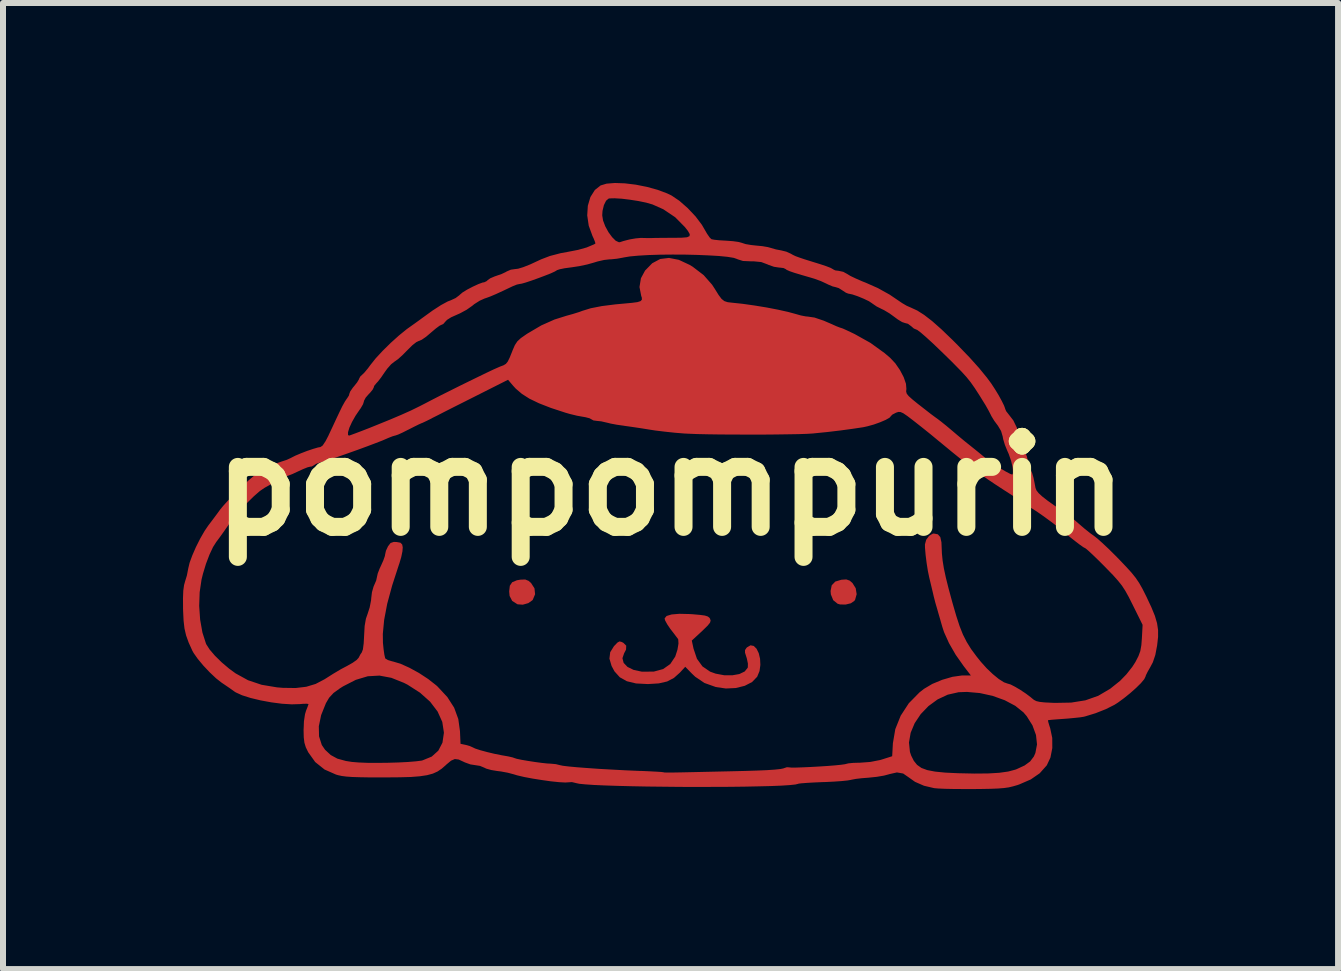
<source format=kicad_pcb>
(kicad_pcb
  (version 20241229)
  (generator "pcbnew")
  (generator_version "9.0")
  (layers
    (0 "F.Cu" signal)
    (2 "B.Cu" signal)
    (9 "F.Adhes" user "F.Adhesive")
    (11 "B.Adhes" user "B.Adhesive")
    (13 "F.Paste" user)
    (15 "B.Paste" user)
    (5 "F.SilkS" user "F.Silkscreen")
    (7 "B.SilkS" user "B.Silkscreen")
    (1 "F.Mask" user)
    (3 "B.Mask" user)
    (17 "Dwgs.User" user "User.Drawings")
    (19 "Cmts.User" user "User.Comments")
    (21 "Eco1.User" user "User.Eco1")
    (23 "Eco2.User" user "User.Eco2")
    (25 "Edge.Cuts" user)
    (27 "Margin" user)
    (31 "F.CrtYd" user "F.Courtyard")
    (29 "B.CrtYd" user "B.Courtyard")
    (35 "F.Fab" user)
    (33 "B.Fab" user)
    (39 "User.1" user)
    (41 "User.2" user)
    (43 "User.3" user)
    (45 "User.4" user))
  (footprint "pompompurin"
    (layer "F.Cu")
    (at 8.129 5.054)
    (property "Reference" "pompompurin" (at 0 0 0) (layer "F.SilkS") (effects (font (size 1.5 1.5) (thickness 0.3))))
    (attr board_only exclude_from_pos_files exclude_from_bom)
    (fp_poly (pts (xy -2.368 1.578) (xy -2.327 1.614) (xy -2.27 1.703) (xy -2.26 1.801) (xy -2.298 1.892) (xy -2.305 1.901) (xy -2.373 1.949) (xy -2.465 1.975) (xy -2.549 1.969) (xy -2.556 1.967) (xy -2.642 1.912) (xy -2.685 1.829) (xy -2.692 1.753) (xy -2.681 1.659) (xy -2.642 1.601) (xy -2.564 1.568) (xy -2.505 1.558) (xy -2.425 1.555)) (stroke (width 0) (type solid)) (fill yes) (layer "F.Cu"))
    (fp_poly (pts (xy 2.984 1.574) (xy 3.03 1.614) (xy 3.084 1.7) (xy 3.1 1.8) (xy 3.074 1.893) (xy 3.061 1.912) (xy 3.002 1.952) (xy 2.915 1.973) (xy 2.823 1.971) (xy 2.782 1.959) (xy 2.709 1.9) (xy 2.67 1.804) (xy 2.665 1.747) (xy 2.684 1.652) (xy 2.743 1.59) (xy 2.846 1.559) (xy 2.848 1.559) (xy 2.928 1.554)) (stroke (width 0) (type solid)) (fill yes) (layer "F.Cu"))
    (fp_poly (pts (xy 0.315 2.131) (xy 0.363 2.134) (xy 0.488 2.145) (xy 0.57 2.156) (xy 0.619 2.172) (xy 0.647 2.194) (xy 0.656 2.209) (xy 0.666 2.24) (xy 0.656 2.274) (xy 0.619 2.321) (xy 0.549 2.39) (xy 0.519 2.419) (xy 0.352 2.573) (xy 0.381 2.708) (xy 0.438 2.877) (xy 0.53 3.004) (xy 0.657 3.091) (xy 0.748 3.124) (xy 0.891 3.151) (xy 1.027 3.152) (xy 1.145 3.131) (xy 1.234 3.088) (xy 1.283 3.027) (xy 1.286 3.018) (xy 1.287 2.956) (xy 1.27 2.874) (xy 1.262 2.848) (xy 1.239 2.775) (xy 1.239 2.732) (xy 1.262 2.697) (xy 1.272 2.686) (xy 1.331 2.652) (xy 1.385 2.663) (xy 1.432 2.71) (xy 1.468 2.784) (xy 1.49 2.877) (xy 1.495 2.979) (xy 1.481 3.081) (xy 1.443 3.173) (xy 1.441 3.177) (xy 1.357 3.264) (xy 1.235 3.327) (xy 1.086 3.364) (xy 0.92 3.372) (xy 0.749 3.347) (xy 0.748 3.346) (xy 0.563 3.28) (xy 0.41 3.177) (xy 0.355 3.125) (xy 0.243 3.01) (xy 0.154 3.107) (xy 0.054 3.196) (xy -0.059 3.255) (xy -0.198 3.287) (xy -0.377 3.298) (xy -0.381 3.298) (xy -0.577 3.288) (xy -0.73 3.251) (xy -0.848 3.185) (xy -0.937 3.086) (xy -0.985 2.997) (xy -1.021 2.874) (xy -1.008 2.767) (xy -0.945 2.666) (xy -0.936 2.657) (xy -0.886 2.605) (xy -0.852 2.587) (xy -0.815 2.597) (xy -0.787 2.612) (xy -0.741 2.658) (xy -0.744 2.724) (xy -0.776 2.785) (xy -0.804 2.867) (xy -0.784 2.945) (xy -0.72 3.012) (xy -0.618 3.062) (xy -0.483 3.091) (xy -0.47 3.092) (xy -0.28 3.09) (xy -0.126 3.048) (xy -0.007 2.964) (xy 0.076 2.84) (xy 0.113 2.725) (xy 0.13 2.622) (xy 0.126 2.556) (xy 0.121 2.544) (xy 0.091 2.505) (xy 0.041 2.439) (xy -0.007 2.377) (xy -0.059 2.3) (xy -0.094 2.235) (xy -0.101 2.203) (xy -0.068 2.163) (xy 0.015 2.138) (xy 0.144 2.127)) (stroke (width 0) (type solid)) (fill yes) (layer "F.Cu"))
    (fp_poly (pts (xy -0.764 -5.048) (xy -0.582 -5.026) (xy -0.396 -4.989) (xy -0.218 -4.94) (xy -0.058 -4.88) (xy 0.013 -4.846) (xy 0.145 -4.757) (xy 0.284 -4.635) (xy 0.415 -4.496) (xy 0.52 -4.357) (xy 0.559 -4.29) (xy 0.607 -4.207) (xy 0.651 -4.144) (xy 0.68 -4.117) (xy 0.726 -4.108) (xy 0.809 -4.099) (xy 0.913 -4.093) (xy 0.929 -4.092) (xy 1.038 -4.084) (xy 1.131 -4.071) (xy 1.19 -4.055) (xy 1.194 -4.053) (xy 1.251 -4.035) (xy 1.341 -4.02) (xy 1.423 -4.011) (xy 1.528 -4.001) (xy 1.621 -3.985) (xy 1.671 -3.971) (xy 1.754 -3.947) (xy 1.843 -3.93) (xy 1.928 -3.909) (xy 2.001 -3.876) (xy 2.001 -3.876) (xy 2.036 -3.856) (xy 2.08 -3.835) (xy 2.142 -3.812) (xy 2.231 -3.782) (xy 2.356 -3.743) (xy 2.495 -3.7) (xy 2.591 -3.668) (xy 2.666 -3.639) (xy 2.705 -3.617) (xy 2.707 -3.615) (xy 2.743 -3.597) (xy 2.799 -3.59) (xy 2.877 -3.573) (xy 2.941 -3.538) (xy 2.995 -3.505) (xy 3.085 -3.462) (xy 3.195 -3.414) (xy 3.251 -3.392) (xy 3.454 -3.302) (xy 3.65 -3.193) (xy 3.858 -3.052) (xy 3.933 -3.008) (xy 4.008 -2.975) (xy 4.11 -2.928) (xy 4.225 -2.855) (xy 4.358 -2.752) (xy 4.513 -2.615) (xy 4.695 -2.44) (xy 4.783 -2.352) (xy 4.98 -2.148) (xy 5.14 -1.97) (xy 5.27 -1.811) (xy 5.344 -1.711) (xy 5.404 -1.619) (xy 5.465 -1.519) (xy 5.518 -1.422) (xy 5.557 -1.343) (xy 5.575 -1.294) (xy 5.575 -1.29) (xy 5.592 -1.25) (xy 5.625 -1.208) (xy 5.711 -1.097) (xy 5.772 -0.971) (xy 5.808 -0.854) (xy 5.841 -0.744) (xy 5.88 -0.636) (xy 5.902 -0.583) (xy 5.936 -0.499) (xy 5.954 -0.424) (xy 5.956 -0.405) (xy 5.971 -0.329) (xy 5.993 -0.285) (xy 6.025 -0.219) (xy 6.047 -0.143) (xy 6.066 -0.05) (xy 6.081 0.029) (xy 6.097 0.07) (xy 6.133 0.116) (xy 6.194 0.172) (xy 6.285 0.243) (xy 6.412 0.333) (xy 6.58 0.446) (xy 6.585 0.449) (xy 6.648 0.496) (xy 6.732 0.564) (xy 6.809 0.631) (xy 6.9 0.709) (xy 6.994 0.784) (xy 7.058 0.83) (xy 7.115 0.875) (xy 7.199 0.95) (xy 7.302 1.047) (xy 7.413 1.157) (xy 7.472 1.217) (xy 7.592 1.343) (xy 7.682 1.442) (xy 7.751 1.528) (xy 7.808 1.612) (xy 7.862 1.707) (xy 7.922 1.826) (xy 7.928 1.838) (xy 8.012 2.017) (xy 8.071 2.161) (xy 8.107 2.284) (xy 8.124 2.397) (xy 8.124 2.514) (xy 8.109 2.647) (xy 8.108 2.655) (xy 8.078 2.813) (xy 8.037 2.935) (xy 7.994 3.016) (xy 7.95 3.093) (xy 7.921 3.152) (xy 7.914 3.175) (xy 7.893 3.217) (xy 7.838 3.283) (xy 7.757 3.363) (xy 7.66 3.449) (xy 7.556 3.533) (xy 7.455 3.607) (xy 7.397 3.644) (xy 7.254 3.716) (xy 7.082 3.784) (xy 6.909 3.837) (xy 6.879 3.844) (xy 6.821 3.853) (xy 6.725 3.863) (xy 6.609 3.874) (xy 6.552 3.878) (xy 6.441 3.886) (xy 6.352 3.893) (xy 6.299 3.899) (xy 6.289 3.901) (xy 6.293 3.928) (xy 6.311 3.989) (xy 6.326 4.035) (xy 6.36 4.196) (xy 6.361 4.365) (xy 6.33 4.523) (xy 6.269 4.653) (xy 6.267 4.655) (xy 6.151 4.785) (xy 6.002 4.888) (xy 5.81 4.971) (xy 5.779 4.982) (xy 5.706 5.003) (xy 5.635 5.02) (xy 5.556 5.031) (xy 5.458 5.039) (xy 5.332 5.044) (xy 5.167 5.047) (xy 5.058 5.048) (xy 4.884 5.048) (xy 4.718 5.047) (xy 4.573 5.044) (xy 4.461 5.039) (xy 4.392 5.033) (xy 4.222 4.993) (xy 4.073 4.928) (xy 3.97 4.855) (xy 3.875 4.789) (xy 3.771 4.771) (xy 3.647 4.799) (xy 3.642 4.801) (xy 3.555 4.824) (xy 3.437 4.844) (xy 3.313 4.857) (xy 3.304 4.858) (xy 3.189 4.867) (xy 3.085 4.879) (xy 3.012 4.893) (xy 3.005 4.895) (xy 2.948 4.905) (xy 2.85 4.915) (xy 2.722 4.924) (xy 2.578 4.931) (xy 2.537 4.932) (xy 2.397 4.938) (xy 2.275 4.945) (xy 2.183 4.952) (xy 2.132 4.958) (xy 2.125 4.961) (xy 2.079 4.972) (xy 1.984 4.982) (xy 1.847 4.991) (xy 1.672 4.998) (xy 1.465 5.003) (xy 1.232 5.008) (xy 0.979 5.011) (xy 0.711 5.012) (xy 0.435 5.013) (xy 0.155 5.012) (xy -0.123 5.009) (xy -0.393 5.006) (xy -0.649 5.001) (xy -0.885 4.995) (xy -1.097 4.988) (xy -1.278 4.98) (xy -1.423 4.97) (xy -1.525 4.96) (xy -1.58 4.948) (xy -1.583 4.947) (xy -1.647 4.932) (xy -1.692 4.935) (xy -1.758 4.939) (xy -1.864 4.933) (xy -1.998 4.919) (xy -2.147 4.898) (xy -2.299 4.874) (xy -2.442 4.847) (xy -2.561 4.819) (xy -2.624 4.8) (xy -2.715 4.776) (xy -2.828 4.755) (xy -2.893 4.747) (xy -2.99 4.731) (xy -3.073 4.708) (xy -3.109 4.691) (xy -3.178 4.662) (xy -3.256 4.65) (xy -3.339 4.637) (xy -3.43 4.604) (xy -3.447 4.596) (xy -3.533 4.556) (xy -3.598 4.548) (xy -3.661 4.575) (xy -3.739 4.64) (xy -3.749 4.65) (xy -3.817 4.709) (xy -3.887 4.756) (xy -3.965 4.791) (xy -4.061 4.817) (xy -4.18 4.835) (xy -4.331 4.847) (xy -4.52 4.852) (xy -4.755 4.854) (xy -4.8 4.854) (xy -5.012 4.854) (xy -5.179 4.851) (xy -5.307 4.847) (xy -5.406 4.84) (xy -5.483 4.83) (xy -5.547 4.816) (xy -5.58 4.806) (xy -5.77 4.722) (xy -5.925 4.598) (xy -6.04 4.437) (xy -6.041 4.436) (xy -6.082 4.352) (xy -6.105 4.276) (xy -6.116 4.187) (xy -6.119 4.066) (xy -6.119 4.065) (xy -6.116 4.002) (xy -5.865 4.002) (xy -5.861 4.17) (xy -5.815 4.314) (xy -5.761 4.393) (xy -5.666 4.481) (xy -5.556 4.541) (xy -5.414 4.58) (xy -5.312 4.596) (xy -5.202 4.605) (xy -5.058 4.611) (xy -4.892 4.612) (xy -4.715 4.61) (xy -4.541 4.605) (xy -4.381 4.597) (xy -4.247 4.586) (xy -4.152 4.574) (xy -4.134 4.569) (xy -3.983 4.507) (xy -3.873 4.408) (xy -3.804 4.275) (xy -3.78 4.112) (xy -3.78 4.106) (xy -3.807 3.929) (xy -3.885 3.756) (xy -4.01 3.592) (xy -4.178 3.442) (xy -4.387 3.308) (xy -4.446 3.278) (xy -4.656 3.194) (xy -4.854 3.157) (xy -5.049 3.168) (xy -5.249 3.228) (xy -5.46 3.336) (xy -5.514 3.37) (xy -5.62 3.447) (xy -5.693 3.526) (xy -5.746 3.616) (xy -5.826 3.815) (xy -5.865 4.002) (xy -6.116 4.002) (xy -6.113 3.919) (xy -6.095 3.8) (xy -6.078 3.743) (xy -6.052 3.677) (xy -6.038 3.636) (xy -6.037 3.631) (xy -6.062 3.626) (xy -6.124 3.627) (xy -6.18 3.632) (xy -6.316 3.636) (xy -6.479 3.626) (xy -6.656 3.603) (xy -6.835 3.57) (xy -7.002 3.53) (xy -7.144 3.485) (xy -7.249 3.437) (xy -7.274 3.421) (xy -7.345 3.37) (xy -7.436 3.308) (xy -7.485 3.275) (xy -7.577 3.203) (xy -7.682 3.104) (xy -7.788 2.992) (xy -7.882 2.879) (xy -7.952 2.78) (xy -7.973 2.742) (xy -8.035 2.605) (xy -8.077 2.488) (xy -8.104 2.372) (xy -8.119 2.241) (xy -8.127 2.076) (xy -8.128 2.038) (xy -8.128 1.995) (xy -7.859 1.995) (xy -7.843 2.225) (xy -7.805 2.439) (xy -7.747 2.62) (xy -7.74 2.636) (xy -7.685 2.722) (xy -7.597 2.825) (xy -7.484 2.936) (xy -7.36 3.041) (xy -7.252 3.12) (xy -7.045 3.234) (xy -6.819 3.31) (xy -6.562 3.353) (xy -6.465 3.361) (xy -6.251 3.364) (xy -6.074 3.343) (xy -5.918 3.296) (xy -5.771 3.219) (xy -5.741 3.2) (xy -5.624 3.126) (xy -5.496 3.05) (xy -5.39 2.994) (xy -5.302 2.944) (xy -5.235 2.897) (xy -5.203 2.862) (xy -5.202 2.861) (xy -5.17 2.8) (xy -5.15 2.773) (xy -5.13 2.72) (xy -5.117 2.62) (xy -5.11 2.49) (xy -5.101 2.33) (xy -5.08 2.209) (xy -5.051 2.126) (xy -5.017 2.02) (xy -4.994 1.902) (xy -4.991 1.865) (xy -4.979 1.766) (xy -4.953 1.675) (xy -4.94 1.645) (xy -4.909 1.573) (xy -4.895 1.51) (xy -4.895 1.509) (xy -4.883 1.455) (xy -4.852 1.375) (xy -4.827 1.321) (xy -4.789 1.236) (xy -4.764 1.164) (xy -4.759 1.135) (xy -4.746 1.076) (xy -4.713 1.005) (xy -4.712 1.002) (xy -4.669 0.947) (xy -4.617 0.929) (xy -4.569 0.93) (xy -4.504 0.942) (xy -4.475 0.972) (xy -4.466 1.02) (xy -4.471 1.085) (xy -4.491 1.182) (xy -4.523 1.29) (xy -4.529 1.306) (xy -4.642 1.654) (xy -4.725 1.96) (xy -4.776 2.229) (xy -4.798 2.462) (xy -4.796 2.611) (xy -4.785 2.72) (xy -4.772 2.81) (xy -4.759 2.865) (xy -4.755 2.873) (xy -4.713 2.898) (xy -4.643 2.919) (xy -4.629 2.922) (xy -4.504 2.959) (xy -4.355 3.026) (xy -4.196 3.113) (xy -4.042 3.214) (xy -3.907 3.32) (xy -3.886 3.339) (xy -3.723 3.514) (xy -3.609 3.692) (xy -3.54 3.881) (xy -3.512 4.084) (xy -3.503 4.294) (xy -3.417 4.312) (xy -3.349 4.331) (xy -3.304 4.351) (xy -3.304 4.351) (xy -3.258 4.373) (xy -3.172 4.401) (xy -3.061 4.431) (xy -2.94 4.46) (xy -2.822 4.484) (xy -2.792 4.489) (xy -2.702 4.505) (xy -2.633 4.521) (xy -2.606 4.531) (xy -2.565 4.544) (xy -2.484 4.561) (xy -2.378 4.579) (xy -2.262 4.597) (xy -2.15 4.612) (xy -2.056 4.622) (xy -1.999 4.625) (xy -1.913 4.633) (xy -1.849 4.649) (xy -1.797 4.66) (xy -1.697 4.672) (xy -1.558 4.685) (xy -1.386 4.698) (xy -1.188 4.712) (xy -0.972 4.724) (xy -0.746 4.736) (xy -0.515 4.746) (xy -0.491 4.746) (xy -0.357 4.752) (xy -0.243 4.758) (xy -0.161 4.763) (xy -0.12 4.768) (xy -0.117 4.769) (xy -0.111 4.771) (xy -0.092 4.772) (xy -0.058 4.773) (xy -0.003 4.773) (xy 0.076 4.772) (xy 0.185 4.77) (xy 0.327 4.767) (xy 0.506 4.763) (xy 0.728 4.758) (xy 0.997 4.752) (xy 1.245 4.746) (xy 1.436 4.74) (xy 1.602 4.733) (xy 1.736 4.724) (xy 1.83 4.714) (xy 1.879 4.704) (xy 1.88 4.703) (xy 1.937 4.684) (xy 1.969 4.686) (xy 2.009 4.69) (xy 2.091 4.69) (xy 2.205 4.686) (xy 2.338 4.68) (xy 2.479 4.672) (xy 2.618 4.663) (xy 2.743 4.653) (xy 2.842 4.643) (xy 2.905 4.634) (xy 2.92 4.63) (xy 2.961 4.62) (xy 3.04 4.612) (xy 3.141 4.609) (xy 3.155 4.609) (xy 3.328 4.596) (xy 3.492 4.564) (xy 3.525 4.554) (xy 3.692 4.501) (xy 3.704 4.283) (xy 3.706 4.272) (xy 3.972 4.272) (xy 3.988 4.429) (xy 4.009 4.491) (xy 4.053 4.578) (xy 4.107 4.645) (xy 4.179 4.696) (xy 4.276 4.732) (xy 4.406 4.757) (xy 4.575 4.774) (xy 4.786 4.784) (xy 5.063 4.79) (xy 5.292 4.788) (xy 5.477 4.777) (xy 5.626 4.756) (xy 5.743 4.725) (xy 5.765 4.717) (xy 5.899 4.655) (xy 5.991 4.588) (xy 6.053 4.506) (xy 6.079 4.447) (xy 6.106 4.304) (xy 6.089 4.147) (xy 6.03 3.986) (xy 5.934 3.833) (xy 5.88 3.77) (xy 5.744 3.661) (xy 5.569 3.568) (xy 5.367 3.495) (xy 5.153 3.448) (xy 4.938 3.429) (xy 4.799 3.434) (xy 4.618 3.475) (xy 4.449 3.554) (xy 4.297 3.665) (xy 4.168 3.799) (xy 4.067 3.95) (xy 4 4.11) (xy 3.972 4.272) (xy 3.706 4.272) (xy 3.744 4.049) (xy 3.834 3.825) (xy 3.969 3.618) (xy 4.147 3.437) (xy 4.222 3.378) (xy 4.36 3.296) (xy 4.526 3.227) (xy 4.698 3.177) (xy 4.854 3.155) (xy 4.877 3.155) (xy 5.004 3.155) (xy 4.883 2.998) (xy 4.75 2.809) (xy 4.639 2.616) (xy 4.557 2.434) (xy 4.527 2.343) (xy 4.494 2.227) (xy 4.459 2.106) (xy 4.444 2.053) (xy 4.412 1.944) (xy 4.383 1.831) (xy 4.375 1.795) (xy 4.351 1.694) (xy 4.323 1.577) (xy 4.31 1.523) (xy 4.287 1.413) (xy 4.266 1.28) (xy 4.249 1.144) (xy 4.239 1.026) (xy 4.238 0.97) (xy 4.259 0.893) (xy 4.308 0.827) (xy 4.369 0.791) (xy 4.387 0.789) (xy 4.453 0.802) (xy 4.494 0.848) (xy 4.513 0.935) (xy 4.516 1.005) (xy 4.521 1.123) (xy 4.533 1.242) (xy 4.554 1.371) (xy 4.586 1.521) (xy 4.631 1.701) (xy 4.691 1.922) (xy 4.697 1.944) (xy 4.759 2.158) (xy 4.815 2.33) (xy 4.871 2.472) (xy 4.934 2.596) (xy 5.007 2.714) (xy 5.098 2.837) (xy 5.17 2.927) (xy 5.267 3.035) (xy 5.37 3.133) (xy 5.469 3.214) (xy 5.556 3.269) (xy 5.618 3.291) (xy 5.62 3.291) (xy 5.666 3.305) (xy 5.742 3.344) (xy 5.831 3.397) (xy 5.921 3.457) (xy 5.997 3.514) (xy 6.017 3.531) (xy 6.054 3.561) (xy 6.094 3.582) (xy 6.15 3.595) (xy 6.233 3.604) (xy 6.356 3.61) (xy 6.402 3.612) (xy 6.675 3.607) (xy 6.913 3.569) (xy 7.126 3.494) (xy 7.325 3.377) (xy 7.49 3.245) (xy 7.595 3.137) (xy 7.693 3.013) (xy 7.746 2.931) (xy 7.797 2.832) (xy 7.828 2.747) (xy 7.845 2.651) (xy 7.854 2.536) (xy 7.866 2.311) (xy 7.701 1.978) (xy 7.635 1.847) (xy 7.578 1.744) (xy 7.522 1.658) (xy 7.456 1.575) (xy 7.373 1.482) (xy 7.261 1.367) (xy 7.234 1.339) (xy 7.13 1.235) (xy 7.038 1.146) (xy 6.966 1.079) (xy 6.92 1.04) (xy 6.909 1.033) (xy 6.879 1.017) (xy 6.818 0.974) (xy 6.738 0.913) (xy 6.648 0.842) (xy 6.561 0.769) (xy 6.527 0.739) (xy 6.466 0.689) (xy 6.38 0.622) (xy 6.281 0.549) (xy 6.183 0.478) (xy 6.099 0.42) (xy 6.043 0.384) (xy 6.037 0.381) (xy 5.963 0.336) (xy 5.901 0.293) (xy 5.851 0.258) (xy 5.768 0.202) (xy 5.662 0.133) (xy 5.561 0.068) (xy 5.415 -0.027) (xy 5.281 -0.117) (xy 5.149 -0.21) (xy 5.013 -0.313) (xy 4.862 -0.431) (xy 4.689 -0.571) (xy 4.484 -0.74) (xy 4.458 -0.761) (xy 4.336 -0.862) (xy 4.199 -0.972) (xy 4.071 -1.073) (xy 4.039 -1.098) (xy 3.943 -1.171) (xy 3.877 -1.216) (xy 3.832 -1.236) (xy 3.795 -1.238) (xy 3.756 -1.225) (xy 3.752 -1.223) (xy 3.696 -1.194) (xy 3.671 -1.169) (xy 3.671 -1.168) (xy 3.647 -1.141) (xy 3.583 -1.105) (xy 3.492 -1.066) (xy 3.386 -1.028) (xy 3.278 -0.998) (xy 3.209 -0.983) (xy 3.036 -0.957) (xy 2.83 -0.929) (xy 2.612 -0.903) (xy 2.402 -0.882) (xy 2.376 -0.879) (xy 2.279 -0.873) (xy 2.137 -0.868) (xy 1.958 -0.865) (xy 1.751 -0.862) (xy 1.527 -0.86) (xy 1.293 -0.86) (xy 1.058 -0.861) (xy 0.832 -0.862) (xy 0.624 -0.865) (xy 0.442 -0.869) (xy 0.296 -0.875) (xy 0.231 -0.878) (xy 0.071 -0.891) (xy -0.098 -0.909) (xy -0.254 -0.928) (xy -0.34 -0.941) (xy -0.482 -0.964) (xy -0.636 -0.987) (xy -0.77 -1.006) (xy -0.789 -1.009) (xy -0.9 -1.025) (xy -1.001 -1.044) (xy -1.069 -1.061) (xy -1.071 -1.061) (xy -1.157 -1.081) (xy -1.226 -1.088) (xy -1.287 -1.096) (xy -1.318 -1.113) (xy -1.352 -1.132) (xy -1.421 -1.15) (xy -1.462 -1.157) (xy -1.562 -1.175) (xy -1.681 -1.204) (xy -1.754 -1.225) (xy -1.998 -1.305) (xy -2.195 -1.382) (xy -2.353 -1.458) (xy -2.479 -1.538) (xy -2.582 -1.626) (xy -2.627 -1.675) (xy -2.711 -1.774) (xy -3.298 -1.478) (xy -3.469 -1.392) (xy -3.63 -1.311) (xy -3.772 -1.239) (xy -3.887 -1.18) (xy -3.967 -1.14) (xy -3.994 -1.125) (xy -4.073 -1.086) (xy -4.137 -1.056) (xy -4.153 -1.05) (xy -4.2 -1.029) (xy -4.279 -0.99) (xy -4.373 -0.942) (xy -4.378 -0.94) (xy -4.469 -0.894) (xy -4.544 -0.86) (xy -4.588 -0.845) (xy -4.589 -0.845) (xy -4.633 -0.833) (xy -4.705 -0.805) (xy -4.739 -0.79) (xy -4.811 -0.759) (xy -4.92 -0.717) (xy -5.055 -0.666) (xy -5.207 -0.61) (xy -5.364 -0.554) (xy -5.515 -0.501) (xy -5.65 -0.455) (xy -5.759 -0.419) (xy -5.829 -0.398) (xy -5.84 -0.396) (xy -5.905 -0.375) (xy -5.942 -0.353) (xy -5.943 -0.351) (xy -5.981 -0.329) (xy -6.005 -0.326) (xy -6.052 -0.315) (xy -6.129 -0.284) (xy -6.214 -0.245) (xy -6.304 -0.203) (xy -6.379 -0.174) (xy -6.421 -0.163) (xy -6.469 -0.149) (xy -6.539 -0.112) (xy -6.565 -0.095) (xy -6.656 -0.037) (xy -6.751 0.017) (xy -6.766 0.025) (xy -6.847 0.08) (xy -6.95 0.17) (xy -7.065 0.283) (xy -7.182 0.41) (xy -7.292 0.541) (xy -7.385 0.666) (xy -7.385 0.666) (xy -7.453 0.764) (xy -7.517 0.853) (xy -7.564 0.916) (xy -7.572 0.926) (xy -7.628 1.014) (xy -7.688 1.142) (xy -7.746 1.295) (xy -7.796 1.46) (xy -7.82 1.557) (xy -7.851 1.767) (xy -7.859 1.995) (xy -8.128 1.995) (xy -8.129 1.867) (xy -8.124 1.74) (xy -8.111 1.648) (xy -8.095 1.59) (xy -8.064 1.488) (xy -8.043 1.381) (xy -8.041 1.37) (xy -8.019 1.277) (xy -7.974 1.154) (xy -7.913 1.014) (xy -7.842 0.873) (xy -7.769 0.746) (xy -7.71 0.659) (xy -7.636 0.561) (xy -7.554 0.451) (xy -7.509 0.389) (xy -7.457 0.326) (xy -7.382 0.243) (xy -7.293 0.15) (xy -7.196 0.054) (xy -7.102 -0.036) (xy -7.019 -0.112) (xy -6.954 -0.166) (xy -6.916 -0.19) (xy -6.913 -0.19) (xy -6.881 -0.204) (xy -6.818 -0.24) (xy -6.743 -0.286) (xy -6.645 -0.343) (xy -6.546 -0.39) (xy -6.486 -0.411) (xy -6.4 -0.439) (xy -6.326 -0.473) (xy -6.316 -0.479) (xy -6.256 -0.509) (xy -6.166 -0.547) (xy -6.063 -0.587) (xy -5.962 -0.621) (xy -5.88 -0.645) (xy -5.837 -0.653) (xy -5.801 -0.678) (xy -5.753 -0.75) (xy -5.701 -0.85) (xy -5.7 -0.854) (xy -5.378 -0.854) (xy -5.362 -0.843) (xy -5.331 -0.853) (xy -5.258 -0.88) (xy -5.152 -0.92) (xy -5.021 -0.971) (xy -4.907 -1.017) (xy -4.678 -1.11) (xy -4.49 -1.19) (xy -4.331 -1.261) (xy -4.19 -1.33) (xy -4.106 -1.373) (xy -3.989 -1.434) (xy -3.847 -1.507) (xy -3.689 -1.586) (xy -3.523 -1.669) (xy -3.358 -1.75) (xy -3.202 -1.826) (xy -3.064 -1.893) (xy -2.952 -1.946) (xy -2.873 -1.981) (xy -2.843 -1.994) (xy -2.787 -2.015) (xy -2.747 -2.039) (xy -2.716 -2.077) (xy -2.684 -2.142) (xy -2.643 -2.243) (xy -2.634 -2.267) (xy -2.597 -2.352) (xy -2.556 -2.414) (xy -2.498 -2.468) (xy -2.409 -2.53) (xy -2.388 -2.544) (xy -2.157 -2.68) (xy -1.937 -2.778) (xy -1.74 -2.84) (xy -1.632 -2.87) (xy -1.529 -2.902) (xy -1.469 -2.924) (xy -1.333 -2.966) (xy -1.149 -3.002) (xy -0.919 -3.031) (xy -0.787 -3.043) (xy -0.648 -3.056) (xy -0.555 -3.068) (xy -0.502 -3.085) (xy -0.48 -3.109) (xy -0.481 -3.143) (xy -0.491 -3.171) (xy -0.52 -3.32) (xy -0.496 -3.466) (xy -0.427 -3.594) (xy -0.308 -3.716) (xy -0.175 -3.787) (xy -0.028 -3.805) (xy 0.136 -3.773) (xy 0.316 -3.689) (xy 0.367 -3.658) (xy 0.549 -3.519) (xy 0.69 -3.359) (xy 0.735 -3.29) (xy 0.799 -3.187) (xy 0.848 -3.122) (xy 0.895 -3.085) (xy 0.95 -3.067) (xy 1.02 -3.059) (xy 1.199 -3.04) (xy 1.397 -3.012) (xy 1.599 -2.979) (xy 1.79 -2.942) (xy 1.956 -2.905) (xy 2.078 -2.872) (xy 2.17 -2.846) (xy 2.252 -2.83) (xy 2.28 -2.828) (xy 2.397 -2.811) (xy 2.551 -2.759) (xy 2.681 -2.703) (xy 2.761 -2.667) (xy 2.82 -2.644) (xy 2.84 -2.638) (xy 2.872 -2.627) (xy 2.94 -2.596) (xy 3.031 -2.553) (xy 3.07 -2.534) (xy 3.331 -2.388) (xy 3.565 -2.219) (xy 3.659 -2.139) (xy 3.745 -2.047) (xy 3.822 -1.935) (xy 3.884 -1.817) (xy 3.922 -1.707) (xy 3.929 -1.621) (xy 3.928 -1.616) (xy 3.925 -1.577) (xy 3.935 -1.542) (xy 3.967 -1.502) (xy 4.028 -1.447) (xy 4.124 -1.369) (xy 4.136 -1.36) (xy 4.24 -1.279) (xy 4.336 -1.204) (xy 4.413 -1.147) (xy 4.444 -1.125) (xy 4.507 -1.077) (xy 4.593 -1.008) (xy 4.68 -0.935) (xy 4.786 -0.845) (xy 4.904 -0.747) (xy 4.988 -0.68) (xy 5.084 -0.603) (xy 5.18 -0.525) (xy 5.246 -0.47) (xy 5.313 -0.419) (xy 5.4 -0.358) (xy 5.496 -0.297) (xy 5.586 -0.244) (xy 5.658 -0.206) (xy 5.694 -0.193) (xy 5.704 -0.215) (xy 5.703 -0.275) (xy 5.698 -0.32) (xy 5.675 -0.421) (xy 5.635 -0.536) (xy 5.611 -0.59) (xy 5.571 -0.688) (xy 5.542 -0.784) (xy 5.534 -0.829) (xy 5.507 -0.92) (xy 5.454 -1.009) (xy 5.45 -1.014) (xy 5.392 -1.092) (xy 5.344 -1.171) (xy 5.339 -1.183) (xy 5.298 -1.262) (xy 5.249 -1.349) (xy 5.241 -1.362) (xy 5.145 -1.517) (xy 5.068 -1.636) (xy 4.999 -1.734) (xy 4.929 -1.821) (xy 4.848 -1.91) (xy 4.747 -2.013) (xy 4.678 -2.083) (xy 4.514 -2.243) (xy 4.372 -2.379) (xy 4.255 -2.486) (xy 4.167 -2.562) (xy 4.111 -2.604) (xy 4.094 -2.611) (xy 4.052 -2.629) (xy 4.011 -2.665) (xy 3.955 -2.707) (xy 3.908 -2.719) (xy 3.857 -2.736) (xy 3.786 -2.779) (xy 3.736 -2.816) (xy 3.648 -2.88) (xy 3.556 -2.935) (xy 3.516 -2.954) (xy 3.434 -2.995) (xy 3.365 -3.042) (xy 3.356 -3.049) (xy 3.303 -3.084) (xy 3.217 -3.125) (xy 3.12 -3.165) (xy 3.029 -3.196) (xy 2.966 -3.209) (xy 2.962 -3.209) (xy 2.921 -3.225) (xy 2.864 -3.262) (xy 2.863 -3.263) (xy 2.801 -3.302) (xy 2.749 -3.318) (xy 2.699 -3.33) (xy 2.626 -3.361) (xy 2.598 -3.375) (xy 2.503 -3.419) (xy 2.393 -3.459) (xy 2.353 -3.471) (xy 2.184 -3.52) (xy 2.061 -3.557) (xy 1.98 -3.585) (xy 1.933 -3.606) (xy 1.916 -3.619) (xy 1.881 -3.636) (xy 1.816 -3.644) (xy 1.808 -3.644) (xy 1.722 -3.657) (xy 1.629 -3.69) (xy 1.611 -3.698) (xy 1.51 -3.736) (xy 1.386 -3.748) (xy 1.341 -3.748) (xy 1.205 -3.754) (xy 1.116 -3.782) (xy 1.109 -3.786) (xy 1.051 -3.806) (xy 0.947 -3.823) (xy 0.806 -3.837) (xy 0.635 -3.847) (xy 0.444 -3.855) (xy 0.24 -3.86) (xy 0.031 -3.861) (xy -0.173 -3.859) (xy -0.365 -3.853) (xy -0.536 -3.843) (xy -0.678 -3.83) (xy -0.782 -3.813) (xy -0.789 -3.811) (xy -0.893 -3.792) (xy -0.999 -3.781) (xy -1.021 -3.781) (xy -1.109 -3.771) (xy -1.218 -3.746) (xy -1.284 -3.726) (xy -1.39 -3.696) (xy -1.522 -3.668) (xy -1.653 -3.648) (xy -1.661 -3.647) (xy -1.766 -3.633) (xy -1.849 -3.616) (xy -1.895 -3.601) (xy -1.9 -3.597) (xy -1.932 -3.578) (xy -2.002 -3.546) (xy -2.099 -3.508) (xy -2.208 -3.467) (xy -2.317 -3.428) (xy -2.413 -3.396) (xy -2.483 -3.376) (xy -2.509 -3.372) (xy -2.563 -3.361) (xy -2.629 -3.335) (xy -2.791 -3.258) (xy -2.915 -3.201) (xy -3.007 -3.162) (xy -3.078 -3.136) (xy -3.103 -3.128) (xy -3.183 -3.092) (xy -3.273 -3.035) (xy -3.31 -3.005) (xy -3.401 -2.941) (xy -3.512 -2.881) (xy -3.573 -2.854) (xy -3.66 -2.815) (xy -3.727 -2.773) (xy -3.754 -2.745) (xy -3.791 -2.703) (xy -3.816 -2.692) (xy -3.852 -2.675) (xy -3.914 -2.629) (xy -3.99 -2.565) (xy -3.999 -2.557) (xy -4.078 -2.49) (xy -4.148 -2.442) (xy -4.195 -2.421) (xy -4.198 -2.421) (xy -4.24 -2.401) (xy -4.304 -2.351) (xy -4.377 -2.279) (xy -4.388 -2.268) (xy -4.467 -2.188) (xy -4.543 -2.119) (xy -4.601 -2.078) (xy -4.604 -2.076) (xy -4.66 -2.032) (xy -4.725 -1.958) (xy -4.771 -1.894) (xy -4.827 -1.812) (xy -4.878 -1.746) (xy -4.906 -1.716) (xy -4.942 -1.672) (xy -4.949 -1.647) (xy -4.968 -1.609) (xy -5.013 -1.554) (xy -5.031 -1.537) (xy -5.083 -1.477) (xy -5.111 -1.425) (xy -5.113 -1.414) (xy -5.128 -1.366) (xy -5.167 -1.299) (xy -5.183 -1.277) (xy -5.253 -1.174) (xy -5.312 -1.07) (xy -5.355 -0.976) (xy -5.378 -0.9) (xy -5.378 -0.854) (xy -5.7 -0.854) (xy -5.641 -0.979) (xy -5.575 -1.121) (xy -5.521 -1.235) (xy -5.474 -1.332) (xy -5.43 -1.411) (xy -5.398 -1.459) (xy -5.395 -1.462) (xy -5.363 -1.512) (xy -5.357 -1.538) (xy -5.341 -1.58) (xy -5.298 -1.642) (xy -5.276 -1.668) (xy -5.227 -1.73) (xy -5.198 -1.778) (xy -5.194 -1.79) (xy -5.174 -1.828) (xy -5.145 -1.855) (xy -5.103 -1.896) (xy -5.046 -1.965) (xy -5.003 -2.023) (xy -4.917 -2.131) (xy -4.8 -2.257) (xy -4.666 -2.389) (xy -4.528 -2.513) (xy -4.4 -2.617) (xy -4.351 -2.652) (xy -4.268 -2.711) (xy -4.175 -2.778) (xy -4.147 -2.799) (xy -3.97 -2.927) (xy -3.828 -3.019) (xy -3.717 -3.079) (xy -3.665 -3.099) (xy -3.585 -3.136) (xy -3.521 -3.184) (xy -3.515 -3.191) (xy -3.47 -3.229) (xy -3.392 -3.277) (xy -3.298 -3.326) (xy -3.207 -3.368) (xy -3.134 -3.395) (xy -3.107 -3.399) (xy -3.068 -3.418) (xy -3.049 -3.436) (xy -3.006 -3.466) (xy -2.933 -3.497) (xy -2.904 -3.507) (xy -2.818 -3.537) (xy -2.748 -3.57) (xy -2.734 -3.579) (xy -2.664 -3.609) (xy -2.608 -3.617) (xy -2.543 -3.625) (xy -2.457 -3.651) (xy -2.341 -3.697) (xy -2.188 -3.768) (xy -2.16 -3.781) (xy -2.014 -3.837) (xy -1.834 -3.884) (xy -1.724 -3.904) (xy -1.544 -3.939) (xy -1.401 -3.979) (xy -1.28 -4.03) (xy -1.255 -4.044) (xy -1.26 -4.069) (xy -1.283 -4.127) (xy -1.304 -4.172) (xy -1.366 -4.342) (xy -1.391 -4.513) (xy -1.391 -4.514) (xy -1.141 -4.514) (xy -1.127 -4.428) (xy -1.09 -4.331) (xy -1.037 -4.234) (xy -0.976 -4.151) (xy -0.916 -4.091) (xy -0.862 -4.066) (xy -0.844 -4.068) (xy -0.793 -4.085) (xy -0.713 -4.106) (xy -0.68 -4.114) (xy -0.587 -4.13) (xy -0.503 -4.138) (xy -0.483 -4.138) (xy -0.399 -4.136) (xy -0.32 -4.136) (xy -0.254 -4.138) (xy -0.152 -4.139) (xy -0.028 -4.14) (xy 0.048 -4.14) (xy 0.184 -4.142) (xy 0.272 -4.149) (xy 0.314 -4.168) (xy 0.318 -4.201) (xy 0.287 -4.255) (xy 0.238 -4.318) (xy 0.075 -4.483) (xy -0.123 -4.616) (xy -0.303 -4.696) (xy -0.407 -4.726) (xy -0.537 -4.753) (xy -0.678 -4.775) (xy -0.816 -4.792) (xy -0.934 -4.799) (xy -1.019 -4.797) (xy -1.036 -4.793) (xy -1.077 -4.758) (xy -1.113 -4.685) (xy -1.136 -4.59) (xy -1.141 -4.514) (xy -1.391 -4.514) (xy -1.381 -4.675) (xy -1.338 -4.82) (xy -1.264 -4.937) (xy -1.168 -5.013) (xy -1.068 -5.043) (xy -0.93 -5.054)) (stroke (width 0) (type solid)) (fill yes) (layer "F.Cu")))
  (gr_rect
    (start -3 -3)
    (end 19.253 13.103)
    (stroke (width 0.1) (type default))
    (fill no)
    (layer "Edge.Cuts")))
</source>
